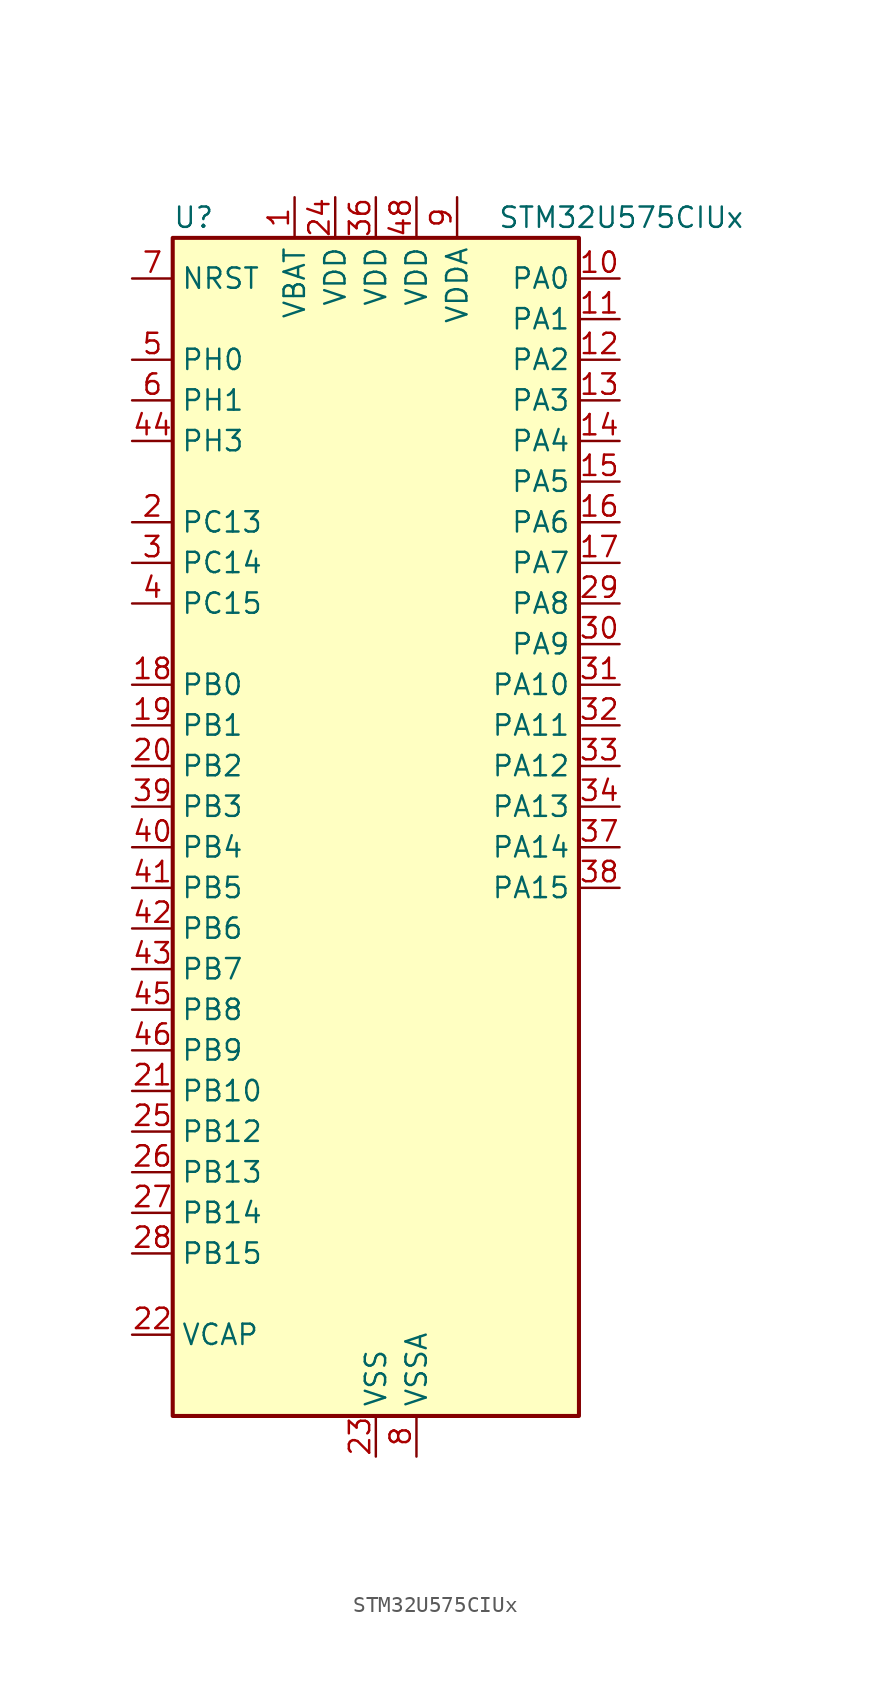
<source format=kicad_sym>
(kicad_symbol_lib
  (version 20211014)
  (generator kicad-library-utils)
  (symbol "STM32U575CIUx"
    (property "Reference" "U"
      (at -12.7 39.37 0)
      (effects (font (size 1.27 1.27)) (justify left)))
    (property "Value" "STM32U575CIUx"
      (at 7.62 39.37 0)
      (effects (font (size 1.27 1.27)) (justify left)))
    (property "ki_fp_filters" "QFN*1EP*7x7mm*P0.5mm*"
      (at 0.0 0.0 0.0)
      (effects (font (size 1.27 1.27))))
    (symbol "STM32U575CIUx_0_1"
      (rectangle (start -12.7 -35.56) (end 12.7 38.1) (stroke (width 0.254)) (fill (type background))))
    (symbol "STM32U575CIUx_1_1"
      (pin input line (at -15.24 35.56 0) (length 2.54) (name "NRST" (effects (font (size 1.27 1.27)))) (number "7" (effects (font (size 1.27 1.27)))))
      (pin bidirectional line (at -15.24 30.48 0) (length 2.54) (name "PH0" (effects (font (size 1.27 1.27)))) (number "5" (effects (font (size 1.27 1.27)))) (alternate "RCC_OSC_IN" bidirectional line))
      (pin bidirectional line (at -15.24 27.94 0) (length 2.54) (name "PH1" (effects (font (size 1.27 1.27)))) (number "6" (effects (font (size 1.27 1.27)))) (alternate "RCC_OSC_OUT" bidirectional line))
      (pin bidirectional line (at -15.24 25.4 0) (length 2.54) (name "PH3" (effects (font (size 1.27 1.27)))) (number "44" (effects (font (size 1.27 1.27)))))
      (pin bidirectional line (at -15.24 20.32 0) (length 2.54) (name "PC13" (effects (font (size 1.27 1.27)))) (number "2" (effects (font (size 1.27 1.27)))) (alternate "PWR_WKUP2" bidirectional line) (alternate "RTC_OUT1" bidirectional line) (alternate "RTC_TS" bidirectional line) (alternate "TAMP_IN1" bidirectional line) (alternate "TAMP_OUT2" bidirectional line))
      (pin bidirectional line (at -15.24 17.78 0) (length 2.54) (name "PC14" (effects (font (size 1.27 1.27)))) (number "3" (effects (font (size 1.27 1.27)))) (alternate "RCC_OSC32_IN" bidirectional line))
      (pin bidirectional line (at -15.24 15.24 0) (length 2.54) (name "PC15" (effects (font (size 1.27 1.27)))) (number "4" (effects (font (size 1.27 1.27)))) (alternate "ADC1_EXTI15" bidirectional line) (alternate "ADC4_EXTI15" bidirectional line) (alternate "RCC_OSC32_OUT" bidirectional line))
      (pin bidirectional line (at -15.24 10.16 0) (length 2.54) (name "PB0" (effects (font (size 1.27 1.27)))) (number "18" (effects (font (size 1.27 1.27)))) (alternate "ADC1_IN15" bidirectional line) (alternate "ADC4_IN18" bidirectional line) (alternate "AUDIOCLK" bidirectional line) (alternate "COMP1_OUT" bidirectional line) (alternate "LPTIM3_CH1" bidirectional line) (alternate "OCTOSPIM_P1_IO1" bidirectional line) (alternate "OPAMP2_VOUT" bidirectional line) (alternate "SPI1_NSS" bidirectional line) (alternate "TIM1_CH2N" bidirectional line) (alternate "TIM3_CH3" bidirectional line) (alternate "TIM8_CH2N" bidirectional line) (alternate "USART3_CK" bidirectional line))
      (pin bidirectional line (at -15.24 7.62 0) (length 2.54) (name "PB1" (effects (font (size 1.27 1.27)))) (number "19" (effects (font (size 1.27 1.27)))) (alternate "ADC1_IN16" bidirectional line) (alternate "ADC4_IN19" bidirectional line) (alternate "COMP1_INM" bidirectional line) (alternate "LPTIM2_IN1" bidirectional line) (alternate "LPTIM3_CH2" bidirectional line) (alternate "LPUART1_DE" bidirectional line) (alternate "LPUART1_RTS" bidirectional line) (alternate "MDF1_SDI0" bidirectional line) (alternate "OCTOSPIM_P1_IO0" bidirectional line) (alternate "PWR_WKUP4" bidirectional line) (alternate "TIM1_CH3N" bidirectional line) (alternate "TIM3_CH4" bidirectional line) (alternate "TIM8_CH3N" bidirectional line) (alternate "USART3_DE" bidirectional line) (alternate "USART3_RTS" bidirectional line))
      (pin bidirectional line (at -15.24 5.08 0) (length 2.54) (name "PB2" (effects (font (size 1.27 1.27)))) (number "20" (effects (font (size 1.27 1.27)))) (alternate "ADC1_IN17" bidirectional line) (alternate "COMP1_INP" bidirectional line) (alternate "I2C3_SMBA" bidirectional line) (alternate "LPTIM1_CH1" bidirectional line) (alternate "MDF1_CKI0" bidirectional line) (alternate "OCTOSPIM_P1_DQS" bidirectional line) (alternate "PWR_WKUP1" bidirectional line) (alternate "RTC_OUT2" bidirectional line) (alternate "SPI1_RDY" bidirectional line) (alternate "TIM8_CH4N" bidirectional line) (alternate "UCPD1_FRSTX1" bidirectional line))
      (pin bidirectional line (at -15.24 2.54 0) (length 2.54) (name "PB3" (effects (font (size 1.27 1.27)))) (number "39" (effects (font (size 1.27 1.27)))) (alternate "ADF1_CCK0" bidirectional line) (alternate "COMP2_INM" bidirectional line) (alternate "CRS_SYNC" bidirectional line) (alternate "DEBUG_JTDO-SWO" bidirectional line) (alternate "I2C1_SDA" bidirectional line) (alternate "LPTIM1_CH1" bidirectional line) (alternate "SAI1_SCK_B" bidirectional line) (alternate "SPI1_SCK" bidirectional line) (alternate "SPI3_SCK" bidirectional line) (alternate "TIM2_CH2" bidirectional line) (alternate "USART1_DE" bidirectional line) (alternate "USART1_RTS" bidirectional line))
      (pin bidirectional line (at -15.24 0.0 0) (length 2.54) (name "PB4" (effects (font (size 1.27 1.27)))) (number "40" (effects (font (size 1.27 1.27)))) (alternate "ADF1_SDI0" bidirectional line) (alternate "COMP2_INP" bidirectional line) (alternate "DEBUG_JTRST" bidirectional line) (alternate "I2C3_SDA" bidirectional line) (alternate "LPTIM1_CH2" bidirectional line) (alternate "SAI1_MCLK_B" bidirectional line) (alternate "SPI1_MISO" bidirectional line) (alternate "SPI3_MISO" bidirectional line) (alternate "TIM17_BKIN" bidirectional line) (alternate "TIM3_CH1" bidirectional line) (alternate "TSC_G2_IO1" bidirectional line) (alternate "USART1_CTS" bidirectional line))
      (pin bidirectional line (at -15.24 -2.54 0) (length 2.54) (name "PB5" (effects (font (size 1.27 1.27)))) (number "41" (effects (font (size 1.27 1.27)))) (alternate "COMP2_OUT" bidirectional line) (alternate "I2C1_SMBA" bidirectional line) (alternate "LPTIM1_IN1" bidirectional line) (alternate "OCTOSPIM_P1_NCLK" bidirectional line) (alternate "PWR_WKUP6" bidirectional line) (alternate "SAI1_SD_B" bidirectional line) (alternate "SPI1_MOSI" bidirectional line) (alternate "SPI3_MOSI" bidirectional line) (alternate "TIM16_BKIN" bidirectional line) (alternate "TIM3_CH2" bidirectional line) (alternate "TSC_G2_IO2" bidirectional line) (alternate "UCPD1_DBCC1" bidirectional line) (alternate "USART1_CK" bidirectional line))
      (pin bidirectional line (at -15.24 -5.08 0) (length 2.54) (name "PB6" (effects (font (size 1.27 1.27)))) (number "42" (effects (font (size 1.27 1.27)))) (alternate "COMP2_INP" bidirectional line) (alternate "I2C1_SCL" bidirectional line) (alternate "I2C4_SCL" bidirectional line) (alternate "LPTIM1_ETR" bidirectional line) (alternate "MDF1_SDI5" bidirectional line) (alternate "PWR_WKUP3" bidirectional line) (alternate "SAI1_FS_B" bidirectional line) (alternate "TIM16_CH1N" bidirectional line) (alternate "TIM4_CH1" bidirectional line) (alternate "TIM8_BKIN2" bidirectional line) (alternate "TSC_G2_IO3" bidirectional line) (alternate "USART1_TX" bidirectional line))
      (pin bidirectional line (at -15.24 -7.62 0) (length 2.54) (name "PB7" (effects (font (size 1.27 1.27)))) (number "43" (effects (font (size 1.27 1.27)))) (alternate "COMP2_INM" bidirectional line) (alternate "I2C1_SDA" bidirectional line) (alternate "I2C4_SDA" bidirectional line) (alternate "LPTIM1_IN2" bidirectional line) (alternate "MDF1_CKI5" bidirectional line) (alternate "PWR_PVD_IN" bidirectional line) (alternate "PWR_WKUP4" bidirectional line) (alternate "TIM17_CH1N" bidirectional line) (alternate "TIM4_CH2" bidirectional line) (alternate "TIM8_BKIN" bidirectional line) (alternate "TSC_G2_IO4" bidirectional line) (alternate "UART4_CTS" bidirectional line) (alternate "USART1_RX" bidirectional line))
      (pin bidirectional line (at -15.24 -10.16 0) (length 2.54) (name "PB8" (effects (font (size 1.27 1.27)))) (number "45" (effects (font (size 1.27 1.27)))) (alternate "FDCAN1_RX" bidirectional line) (alternate "I2C1_SCL" bidirectional line) (alternate "MDF1_CCK0" bidirectional line) (alternate "PWR_WKUP5" bidirectional line) (alternate "SAI1_CK1" bidirectional line) (alternate "SAI1_MCLK_A" bidirectional line) (alternate "SPI3_RDY" bidirectional line) (alternate "TIM16_CH1" bidirectional line) (alternate "TIM4_CH3" bidirectional line))
      (pin bidirectional line (at -15.24 -12.7 0) (length 2.54) (name "PB9" (effects (font (size 1.27 1.27)))) (number "46" (effects (font (size 1.27 1.27)))) (alternate "DAC1_EXTI9" bidirectional line) (alternate "FDCAN1_TX" bidirectional line) (alternate "I2C1_SDA" bidirectional line) (alternate "IR_OUT" bidirectional line) (alternate "SAI1_D2" bidirectional line) (alternate "SAI1_FS_A" bidirectional line) (alternate "SPI2_NSS" bidirectional line) (alternate "TIM17_CH1" bidirectional line) (alternate "TIM4_CH4" bidirectional line))
      (pin bidirectional line (at -15.24 -15.24 0) (length 2.54) (name "PB10" (effects (font (size 1.27 1.27)))) (number "21" (effects (font (size 1.27 1.27)))) (alternate "COMP1_OUT" bidirectional line) (alternate "I2C2_SCL" bidirectional line) (alternate "I2C4_SCL" bidirectional line) (alternate "LPTIM3_CH1" bidirectional line) (alternate "LPUART1_RX" bidirectional line) (alternate "OCTOSPIM_P1_CLK" bidirectional line) (alternate "PWR_WKUP8" bidirectional line) (alternate "SAI1_SCK_A" bidirectional line) (alternate "SPI2_SCK" bidirectional line) (alternate "TIM2_CH3" bidirectional line) (alternate "TSC_SYNC" bidirectional line) (alternate "USART3_TX" bidirectional line))
      (pin bidirectional line (at -15.24 -17.78 0) (length 2.54) (name "PB12" (effects (font (size 1.27 1.27)))) (number "25" (effects (font (size 1.27 1.27)))) (alternate "I2C2_SMBA" bidirectional line) (alternate "LPUART1_DE" bidirectional line) (alternate "LPUART1_RTS" bidirectional line) (alternate "MDF1_SDI1" bidirectional line) (alternate "OCTOSPIM_P1_NCLK" bidirectional line) (alternate "SPI2_NSS" bidirectional line) (alternate "TIM15_BKIN" bidirectional line) (alternate "TIM1_BKIN" bidirectional line) (alternate "TSC_G1_IO1" bidirectional line) (alternate "USART3_CK" bidirectional line))
      (pin bidirectional line (at -15.24 -20.32 0) (length 2.54) (name "PB13" (effects (font (size 1.27 1.27)))) (number "26" (effects (font (size 1.27 1.27)))) (alternate "I2C2_SCL" bidirectional line) (alternate "LPTIM3_IN1" bidirectional line) (alternate "LPUART1_CTS" bidirectional line) (alternate "MDF1_CKI1" bidirectional line) (alternate "SPI2_SCK" bidirectional line) (alternate "TIM15_CH1N" bidirectional line) (alternate "TIM1_CH1N" bidirectional line) (alternate "TSC_G1_IO2" bidirectional line) (alternate "USART3_CTS" bidirectional line))
      (pin bidirectional line (at -15.24 -22.86 0) (length 2.54) (name "PB14" (effects (font (size 1.27 1.27)))) (number "27" (effects (font (size 1.27 1.27)))) (alternate "I2C2_SDA" bidirectional line) (alternate "LPTIM3_ETR" bidirectional line) (alternate "MDF1_SDI2" bidirectional line) (alternate "SPI2_MISO" bidirectional line) (alternate "TIM15_CH1" bidirectional line) (alternate "TIM1_CH2N" bidirectional line) (alternate "TIM8_CH2N" bidirectional line) (alternate "TSC_G1_IO3" bidirectional line) (alternate "UCPD1_DBCC2" bidirectional line) (alternate "USART3_DE" bidirectional line) (alternate "USART3_RTS" bidirectional line))
      (pin bidirectional line (at -15.24 -25.4 0) (length 2.54) (name "PB15" (effects (font (size 1.27 1.27)))) (number "28" (effects (font (size 1.27 1.27)))) (alternate "ADC1_EXTI15" bidirectional line) (alternate "ADC4_EXTI15" bidirectional line) (alternate "LPTIM2_IN2" bidirectional line) (alternate "MDF1_CKI2" bidirectional line) (alternate "PWR_WKUP7" bidirectional line) (alternate "RTC_REFIN" bidirectional line) (alternate "SPI2_MOSI" bidirectional line) (alternate "TIM15_CH2" bidirectional line) (alternate "TIM1_CH3N" bidirectional line) (alternate "TIM8_CH3N" bidirectional line) (alternate "UCPD1_CC2" bidirectional line))
      (pin power_out line (at -15.24 -30.48 0) (length 2.54) (name "VCAP" (effects (font (size 1.27 1.27)))) (number "22" (effects (font (size 1.27 1.27)))))
      (pin bidirectional line (at 15.24 35.56 180) (length 2.54) (name "PA0" (effects (font (size 1.27 1.27)))) (number "10" (effects (font (size 1.27 1.27)))) (alternate "ADC1_IN5" bidirectional line) (alternate "AUDIOCLK" bidirectional line) (alternate "OCTOSPIM_P2_NCS" bidirectional line) (alternate "OPAMP1_VINP" bidirectional line) (alternate "PWR_WKUP1" bidirectional line) (alternate "SPI3_RDY" bidirectional line) (alternate "TAMP_IN2" bidirectional line) (alternate "TAMP_OUT1" bidirectional line) (alternate "TIM2_CH1" bidirectional line) (alternate "TIM2_ETR" bidirectional line) (alternate "TIM5_CH1" bidirectional line) (alternate "TIM8_ETR" bidirectional line) (alternate "UART4_TX" bidirectional line) (alternate "USART2_CTS" bidirectional line))
      (pin bidirectional line (at 15.24 33.02 180) (length 2.54) (name "PA1" (effects (font (size 1.27 1.27)))) (number "11" (effects (font (size 1.27 1.27)))) (alternate "ADC1_IN6" bidirectional line) (alternate "I2C1_SMBA" bidirectional line) (alternate "LPTIM1_CH2" bidirectional line) (alternate "OCTOSPIM_P1_DQS" bidirectional line) (alternate "OPAMP1_VINM" bidirectional line) (alternate "PWR_WKUP3" bidirectional line) (alternate "SPI1_SCK" bidirectional line) (alternate "TAMP_IN5" bidirectional line) (alternate "TAMP_OUT4" bidirectional line) (alternate "TIM15_CH1N" bidirectional line) (alternate "TIM2_CH2" bidirectional line) (alternate "TIM5_CH2" bidirectional line) (alternate "UART4_RX" bidirectional line) (alternate "USART2_DE" bidirectional line) (alternate "USART2_RTS" bidirectional line))
      (pin bidirectional line (at 15.24 30.48 180) (length 2.54) (name "PA2" (effects (font (size 1.27 1.27)))) (number "12" (effects (font (size 1.27 1.27)))) (alternate "ADC1_IN7" bidirectional line) (alternate "COMP1_INP" bidirectional line) (alternate "LPUART1_TX" bidirectional line) (alternate "OCTOSPIM_P1_NCS" bidirectional line) (alternate "PWR_WKUP4" bidirectional line) (alternate "RCC_LSCO" bidirectional line) (alternate "SPI1_RDY" bidirectional line) (alternate "TIM15_CH1" bidirectional line) (alternate "TIM2_CH3" bidirectional line) (alternate "TIM5_CH3" bidirectional line) (alternate "UCPD1_FRSTX1" bidirectional line) (alternate "USART2_TX" bidirectional line))
      (pin bidirectional line (at 15.24 27.94 180) (length 2.54) (name "PA3" (effects (font (size 1.27 1.27)))) (number "13" (effects (font (size 1.27 1.27)))) (alternate "ADC1_IN8" bidirectional line) (alternate "LPUART1_RX" bidirectional line) (alternate "OCTOSPIM_P1_CLK" bidirectional line) (alternate "OPAMP1_VOUT" bidirectional line) (alternate "PWR_WKUP5" bidirectional line) (alternate "SAI1_CK1" bidirectional line) (alternate "SAI1_MCLK_A" bidirectional line) (alternate "TIM15_CH2" bidirectional line) (alternate "TIM2_CH4" bidirectional line) (alternate "TIM5_CH4" bidirectional line) (alternate "USART2_RX" bidirectional line))
      (pin bidirectional line (at 15.24 25.4 180) (length 2.54) (name "PA4" (effects (font (size 1.27 1.27)))) (number "14" (effects (font (size 1.27 1.27)))) (alternate "ADC1_IN9" bidirectional line) (alternate "ADC4_IN9" bidirectional line) (alternate "DAC1_OUT1" bidirectional line) (alternate "LPTIM2_CH1" bidirectional line) (alternate "OCTOSPIM_P1_NCS" bidirectional line) (alternate "PWR_WKUP2" bidirectional line) (alternate "SAI1_FS_B" bidirectional line) (alternate "SPI1_NSS" bidirectional line) (alternate "SPI3_NSS" bidirectional line) (alternate "USART2_CK" bidirectional line))
      (pin bidirectional line (at 15.24 22.86 180) (length 2.54) (name "PA5" (effects (font (size 1.27 1.27)))) (number "15" (effects (font (size 1.27 1.27)))) (alternate "ADC1_IN10" bidirectional line) (alternate "ADC4_IN10" bidirectional line) (alternate "DAC1_OUT2" bidirectional line) (alternate "LPTIM2_ETR" bidirectional line) (alternate "PWR_CSLEEP" bidirectional line) (alternate "PWR_WKUP6" bidirectional line) (alternate "SPI1_SCK" bidirectional line) (alternate "TIM2_CH1" bidirectional line) (alternate "TIM2_ETR" bidirectional line) (alternate "TIM8_CH1N" bidirectional line) (alternate "USART3_RX" bidirectional line))
      (pin bidirectional line (at 15.24 20.32 180) (length 2.54) (name "PA6" (effects (font (size 1.27 1.27)))) (number "16" (effects (font (size 1.27 1.27)))) (alternate "ADC1_IN11" bidirectional line) (alternate "ADC4_IN11" bidirectional line) (alternate "LPUART1_CTS" bidirectional line) (alternate "OCTOSPIM_P1_IO3" bidirectional line) (alternate "OPAMP2_VINP" bidirectional line) (alternate "PWR_CDSTOP" bidirectional line) (alternate "PWR_WKUP7" bidirectional line) (alternate "SPI1_MISO" bidirectional line) (alternate "TIM16_CH1" bidirectional line) (alternate "TIM1_BKIN" bidirectional line) (alternate "TIM3_CH1" bidirectional line) (alternate "TIM8_BKIN" bidirectional line) (alternate "USART3_CTS" bidirectional line))
      (pin bidirectional line (at 15.24 17.78 180) (length 2.54) (name "PA7" (effects (font (size 1.27 1.27)))) (number "17" (effects (font (size 1.27 1.27)))) (alternate "ADC1_IN12" bidirectional line) (alternate "ADC4_IN20" bidirectional line) (alternate "I2C3_SCL" bidirectional line) (alternate "LPTIM2_CH2" bidirectional line) (alternate "OCTOSPIM_P1_IO2" bidirectional line) (alternate "OPAMP2_VINM" bidirectional line) (alternate "PWR_SRDSTOP" bidirectional line) (alternate "PWR_WKUP8" bidirectional line) (alternate "SPI1_MOSI" bidirectional line) (alternate "TIM17_CH1" bidirectional line) (alternate "TIM1_CH1N" bidirectional line) (alternate "TIM3_CH2" bidirectional line) (alternate "TIM8_CH1N" bidirectional line) (alternate "USART3_TX" bidirectional line))
      (pin bidirectional line (at 15.24 15.24 180) (length 2.54) (name "PA8" (effects (font (size 1.27 1.27)))) (number "29" (effects (font (size 1.27 1.27)))) (alternate "DEBUG_TRACECLK" bidirectional line) (alternate "LPTIM2_CH1" bidirectional line) (alternate "RCC_MCO" bidirectional line) (alternate "SAI1_CK2" bidirectional line) (alternate "SAI1_SCK_A" bidirectional line) (alternate "SPI1_RDY" bidirectional line) (alternate "TIM1_CH1" bidirectional line) (alternate "USART1_CK" bidirectional line) (alternate "USB_OTG_FS_SOF" bidirectional line))
      (pin bidirectional line (at 15.24 12.7 180) (length 2.54) (name "PA9" (effects (font (size 1.27 1.27)))) (number "30" (effects (font (size 1.27 1.27)))) (alternate "DAC1_EXTI9" bidirectional line) (alternate "SAI1_FS_A" bidirectional line) (alternate "SPI2_SCK" bidirectional line) (alternate "TIM15_BKIN" bidirectional line) (alternate "TIM1_CH2" bidirectional line) (alternate "USART1_TX" bidirectional line) (alternate "USB_OTG_FS_VBUS" bidirectional line))
      (pin bidirectional line (at 15.24 10.16 180) (length 2.54) (name "PA10" (effects (font (size 1.27 1.27)))) (number "31" (effects (font (size 1.27 1.27)))) (alternate "CRS_SYNC" bidirectional line) (alternate "LPTIM2_IN2" bidirectional line) (alternate "SAI1_D1" bidirectional line) (alternate "SAI1_SD_A" bidirectional line) (alternate "TIM17_BKIN" bidirectional line) (alternate "TIM1_CH3" bidirectional line) (alternate "USART1_RX" bidirectional line) (alternate "USB_OTG_FS_ID" bidirectional line))
      (pin bidirectional line (at 15.24 7.62 180) (length 2.54) (name "PA11" (effects (font (size 1.27 1.27)))) (number "32" (effects (font (size 1.27 1.27)))) (alternate "ADC1_EXTI11" bidirectional line) (alternate "FDCAN1_RX" bidirectional line) (alternate "SPI1_MISO" bidirectional line) (alternate "TIM1_BKIN2" bidirectional line) (alternate "TIM1_CH4" bidirectional line) (alternate "USART1_CTS" bidirectional line) (alternate "USB_OTG_FS_DM" bidirectional line))
      (pin bidirectional line (at 15.24 5.08 180) (length 2.54) (name "PA12" (effects (font (size 1.27 1.27)))) (number "33" (effects (font (size 1.27 1.27)))) (alternate "FDCAN1_TX" bidirectional line) (alternate "OCTOSPIM_P2_NCS" bidirectional line) (alternate "SPI1_MOSI" bidirectional line) (alternate "TIM1_ETR" bidirectional line) (alternate "USART1_DE" bidirectional line) (alternate "USART1_RTS" bidirectional line) (alternate "USB_OTG_FS_DP" bidirectional line))
      (pin bidirectional line (at 15.24 2.54 180) (length 2.54) (name "PA13" (effects (font (size 1.27 1.27)))) (number "34" (effects (font (size 1.27 1.27)))) (alternate "DEBUG_JTMS-SWDIO" bidirectional line) (alternate "IR_OUT" bidirectional line) (alternate "SAI1_SD_B" bidirectional line) (alternate "USB_OTG_FS_NOE" bidirectional line))
      (pin bidirectional line (at 15.24 0.0 180) (length 2.54) (name "PA14" (effects (font (size 1.27 1.27)))) (number "37" (effects (font (size 1.27 1.27)))) (alternate "DEBUG_JTCK-SWCLK" bidirectional line) (alternate "I2C1_SMBA" bidirectional line) (alternate "I2C4_SMBA" bidirectional line) (alternate "LPTIM1_CH1" bidirectional line) (alternate "SAI1_FS_B" bidirectional line) (alternate "USB_OTG_FS_SOF" bidirectional line))
      (pin bidirectional line (at 15.24 -2.54 180) (length 2.54) (name "PA15" (effects (font (size 1.27 1.27)))) (number "38" (effects (font (size 1.27 1.27)))) (alternate "ADC1_EXTI15" bidirectional line) (alternate "ADC4_EXTI15" bidirectional line) (alternate "DEBUG_JTDI" bidirectional line) (alternate "SPI1_NSS" bidirectional line) (alternate "SPI3_NSS" bidirectional line) (alternate "TIM2_CH1" bidirectional line) (alternate "TIM2_ETR" bidirectional line) (alternate "UART4_DE" bidirectional line) (alternate "UART4_RTS" bidirectional line) (alternate "UCPD1_CC1" bidirectional line) (alternate "USART2_RX" bidirectional line) (alternate "USART3_DE" bidirectional line) (alternate "USART3_RTS" bidirectional line))
      (pin power_in line (at -5.08 40.64 270) (length 2.54) (name "VBAT" (effects (font (size 1.27 1.27)))) (number "1" (effects (font (size 1.27 1.27)))))
      (pin power_in line (at -2.54 40.64 270) (length 2.54) (name "VDD" (effects (font (size 1.27 1.27)))) (number "24" (effects (font (size 1.27 1.27)))))
      (pin power_in line (at 0.0 40.64 270) (length 2.54) (name "VDD" (effects (font (size 1.27 1.27)))) (number "36" (effects (font (size 1.27 1.27)))))
      (pin power_in line (at 2.54 40.64 270) (length 2.54) (name "VDD" (effects (font (size 1.27 1.27)))) (number "48" (effects (font (size 1.27 1.27)))))
      (pin power_in line (at 5.08 40.64 270) (length 2.54) (name "VDDA" (effects (font (size 1.27 1.27)))) (number "9" (effects (font (size 1.27 1.27)))))
      (pin power_in line (at 0.0 -38.1 90) (length 2.54) (name "VSS" (effects (font (size 1.27 1.27)))) (number "23" (effects (font (size 1.27 1.27)))))
      (pin passive line (at 0.0 -38.1 90) (length 2.54) hide (name "VSS" (effects (font (size 1.27 1.27)))) (number "35" (effects (font (size 1.27 1.27)))))
      (pin passive line (at 0.0 -38.1 90) (length 2.54) hide (name "VSS" (effects (font (size 1.27 1.27)))) (number "47" (effects (font (size 1.27 1.27)))))
      (pin passive line (at 0.0 -38.1 90) (length 2.54) hide (name "VSS" (effects (font (size 1.27 1.27)))) (number "49" (effects (font (size 1.27 1.27)))))
      (pin power_in line (at 2.54 -38.1 90) (length 2.54) (name "VSSA" (effects (font (size 1.27 1.27)))) (number "8" (effects (font (size 1.27 1.27))))))))
</source>
